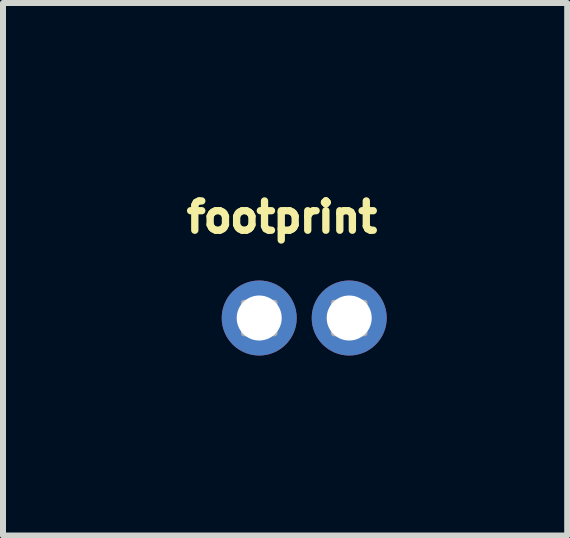
<source format=kicad_pcb>
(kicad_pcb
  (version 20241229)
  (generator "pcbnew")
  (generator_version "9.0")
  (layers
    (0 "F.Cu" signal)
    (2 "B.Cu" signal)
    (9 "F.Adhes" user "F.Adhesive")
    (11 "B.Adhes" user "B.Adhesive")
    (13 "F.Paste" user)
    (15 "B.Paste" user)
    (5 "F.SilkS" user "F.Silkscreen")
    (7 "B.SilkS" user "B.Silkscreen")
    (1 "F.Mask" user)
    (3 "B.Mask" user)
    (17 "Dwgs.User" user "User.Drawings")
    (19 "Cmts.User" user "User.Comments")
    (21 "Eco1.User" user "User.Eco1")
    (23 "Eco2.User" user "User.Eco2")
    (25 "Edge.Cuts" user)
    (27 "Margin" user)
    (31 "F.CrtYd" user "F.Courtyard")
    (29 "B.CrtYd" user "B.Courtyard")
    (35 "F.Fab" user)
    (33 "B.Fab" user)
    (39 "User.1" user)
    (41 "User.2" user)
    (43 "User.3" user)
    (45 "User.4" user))
  (footprint "footprint"
    (layer "F.Cu")
    (at 1.27 2.25)
    (property "Reference" "footprint" (at -1.27 -1.397 0) (layer "F.SilkS") (effects (font (size 0.488 0.488) (thickness 0.122)) (justify left bottom)))
    (fp_poly (pts (xy 0.254 -0.254) (xy -0.254 -0.254) (xy -0.254 0.254) (xy 0.254 0.254)) (stroke (width 0.1) (type solid)) (fill no) (layer "F.Fab"))
    (fp_poly (pts (xy 1.754 -0.254) (xy 1.246 -0.254) (xy 1.246 0.254) (xy 1.754 0.254)) (stroke (width 0.1) (type solid)) (fill no) (layer "F.Fab"))
    (pad "1" thru_hole circle (at 1.5 0 270) (size 1.25 1.25) (drill 0.75) (layers "*.Cu" "*.Mask"))
    (pad "2" thru_hole circle (at 0 0 270) (size 1.25 1.25) (drill 0.75) (layers "*.Cu" "*.Mask")))
  (gr_rect
    (start -3 -3)
    (end 6.403 5.875)
    (stroke (width 0.1) (type default))
    (fill no)
    (layer "Edge.Cuts")))
</source>
